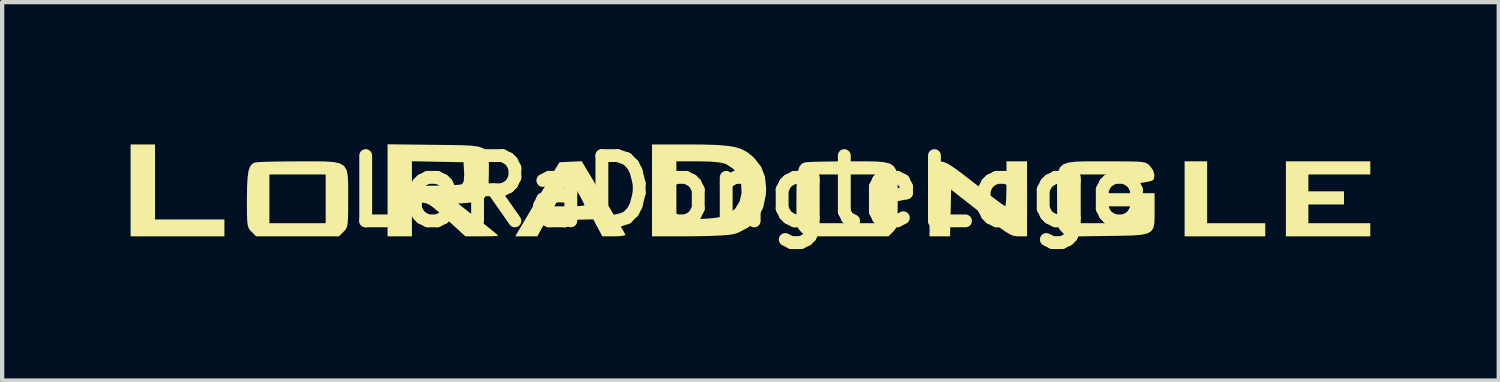
<source format=kicad_pcb>
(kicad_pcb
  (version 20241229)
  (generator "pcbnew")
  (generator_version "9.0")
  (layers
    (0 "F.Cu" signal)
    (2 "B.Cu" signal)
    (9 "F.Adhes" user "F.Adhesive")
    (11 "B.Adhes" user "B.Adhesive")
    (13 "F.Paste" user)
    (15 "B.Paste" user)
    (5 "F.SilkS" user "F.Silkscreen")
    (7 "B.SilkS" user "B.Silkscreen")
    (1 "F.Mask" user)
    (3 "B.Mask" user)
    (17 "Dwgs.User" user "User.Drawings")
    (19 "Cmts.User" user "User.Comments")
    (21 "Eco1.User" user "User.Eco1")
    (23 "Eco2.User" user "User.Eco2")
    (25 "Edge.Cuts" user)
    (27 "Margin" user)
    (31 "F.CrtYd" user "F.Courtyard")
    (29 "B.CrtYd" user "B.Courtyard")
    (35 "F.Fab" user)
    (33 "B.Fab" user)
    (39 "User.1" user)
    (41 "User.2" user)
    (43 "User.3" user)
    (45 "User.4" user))
  (footprint "LoRaDongleLogo"
    (layer "F.Cu")
    (at 14.452 1.418)
    (property "Reference" "LoRaDongleLogo" (at 0 0 0) (layer "F.SilkS") (effects (font (size 1.524 1.524) (thickness 0.3))))
    (attr board_only exclude_from_pos_files exclude_from_bom)
    (fp_poly (pts (xy -13.882 0.657) (xy -12.262 0.657) (xy -12.262 1.051) (xy -14.452 1.051) (xy -14.452 -1.095) (xy -13.882 -1.095)) (stroke (width 0) (type solid)) (fill yes) (layer "F.SilkS"))
    (fp_poly (pts (xy 10.686 0.744) (xy 12.043 0.744) (xy 12.043 1.051) (xy 10.16 1.051) (xy 10.16 -0.701) (xy 10.686 -0.701)) (stroke (width 0) (type solid)) (fill yes) (layer "F.SilkS"))
    (fp_poly (pts (xy 14.496 -0.394) (xy 13.05 -0.394) (xy 13.05 0) (xy 13.882 0) (xy 13.882 0.307) (xy 13.05 0.307) (xy 13.05 0.744) (xy 14.496 0.744) (xy 14.496 1.051) (xy 12.525 1.051) (xy 12.525 -0.701) (xy 14.496 -0.701)) (stroke (width 0) (type solid)) (fill yes) (layer "F.SilkS"))
    (fp_poly (pts (xy 4.473 -0.698) (xy 4.541 -0.684) (xy 4.617 -0.651) (xy 4.713 -0.594) (xy 4.841 -0.505) (xy 5.013 -0.376) (xy 5.24 -0.2) (xy 5.272 -0.175) (xy 5.481 -0.013) (xy 5.666 0.129) (xy 5.817 0.242) (xy 5.923 0.318) (xy 5.971 0.35) (xy 5.973 0.35) (xy 5.983 0.309) (xy 5.992 0.198) (xy 5.997 0.032) (xy 6 -0.17) (xy 6 -0.175) (xy 6 -0.701) (xy 6.481 -0.701) (xy 6.481 1.051) (xy 6.288 1.051) (xy 6.218 1.048) (xy 6.151 1.034) (xy 6.076 1.001) (xy 5.98 0.944) (xy 5.853 0.855) (xy 5.683 0.726) (xy 5.459 0.551) (xy 5.401 0.505) (xy 4.708 -0.04) (xy 4.696 0.505) (xy 4.683 1.051) (xy 4.204 1.051) (xy 4.204 -0.701) (xy 4.401 -0.701)) (stroke (width 0) (type solid)) (fill yes) (layer "F.SilkS"))
    (fp_poly (pts (xy -3.416 0.136) (xy -3.269 0.381) (xy -3.138 0.601) (xy -3.03 0.785) (xy -2.949 0.922) (xy -2.905 1) (xy -2.898 1.014) (xy -2.93 1.033) (xy -3.027 1.046) (xy -3.16 1.051) (xy -3.438 1.051) (xy -3.648 0.654) (xy -4.75 0.679) (xy -4.955 1.051) (xy -5.471 1.051) (xy -5.114 0.449) (xy -5.056 0.35) (xy -4.556 0.35) (xy -4.205 0.35) (xy -4.042 0.347) (xy -3.919 0.34) (xy -3.857 0.328) (xy -3.854 0.325) (xy -3.874 0.27) (xy -3.926 0.169) (xy -3.997 0.042) (xy -4.073 -0.085) (xy -4.141 -0.192) (xy -4.187 -0.254) (xy -4.197 -0.262) (xy -4.23 -0.226) (xy -4.291 -0.131) (xy -4.37 0.005) (xy -4.391 0.045) (xy -4.556 0.35) (xy -5.056 0.35) (xy -4.978 0.218) (xy -4.842 -0.009) (xy -4.721 -0.212) (xy -4.626 -0.369) (xy -4.598 -0.416) (xy -4.438 -0.679) (xy -4.179 -0.691) (xy -3.919 -0.704)) (stroke (width 0) (type solid)) (fill yes) (layer "F.SilkS"))
    (fp_poly (pts (xy -9.904 -0.698) (xy -9.703 -0.683) (xy -9.56 -0.65) (xy -9.465 -0.59) (xy -9.408 -0.497) (xy -9.381 -0.362) (xy -9.372 -0.178) (xy -9.371 0.062) (xy -9.372 0.175) (xy -9.372 0.429) (xy -9.375 0.611) (xy -9.383 0.736) (xy -9.398 0.819) (xy -9.421 0.875) (xy -9.456 0.919) (xy -9.479 0.944) (xy -9.587 1.051) (xy -11.522 1.051) (xy -11.629 0.944) (xy -11.671 0.898) (xy -11.7 0.849) (xy -11.719 0.78) (xy -11.723 0.744) (xy -11.211 0.744) (xy -9.897 0.744) (xy -9.897 -0.394) (xy -11.211 -0.394) (xy -11.211 0.744) (xy -11.723 0.744) (xy -11.73 0.677) (xy -11.735 0.524) (xy -11.736 0.304) (xy -11.737 0.201) (xy -11.733 -0.097) (xy -11.721 -0.32) (xy -11.699 -0.478) (xy -11.662 -0.582) (xy -11.61 -0.644) (xy -11.545 -0.674) (xy -11.475 -0.682) (xy -11.331 -0.689) (xy -11.129 -0.694) (xy -10.883 -0.698) (xy -10.606 -0.7) (xy -10.519 -0.7) (xy -10.173 -0.701)) (stroke (width 0) (type solid)) (fill yes) (layer "F.SilkS"))
    (fp_poly (pts (xy -1.039 -1.092) (xy -0.743 -1.082) (xy -0.51 -1.062) (xy -0.326 -1.03) (xy -0.179 -0.983) (xy -0.057 -0.917) (xy 0.053 -0.831) (xy 0.116 -0.772) (xy 0.272 -0.572) (xy 0.361 -0.343) (xy 0.389 -0.069) (xy 0.382 0.075) (xy 0.32 0.377) (xy 0.189 0.631) (xy -0.006 0.828) (xy -0.258 0.964) (xy -0.394 1.004) (xy -0.5 1.018) (xy -0.677 1.031) (xy -0.904 1.041) (xy -1.166 1.047) (xy -1.434 1.05) (xy -2.277 1.051) (xy -2.277 0.669) (xy -1.708 0.669) (xy -1.193 0.648) (xy -0.946 0.634) (xy -0.766 0.615) (xy -0.633 0.587) (xy -0.524 0.547) (xy -0.497 0.533) (xy -0.335 0.406) (xy -0.231 0.234) (xy -0.185 0.036) (xy -0.196 -0.17) (xy -0.262 -0.365) (xy -0.382 -0.528) (xy -0.553 -0.64) (xy -0.69 -0.673) (xy -0.908 -0.694) (xy -1.201 -0.701) (xy -1.708 -0.701) (xy -1.708 0.669) (xy -2.277 0.669) (xy -2.277 -1.095) (xy -1.409 -1.095)) (stroke (width 0) (type solid)) (fill yes) (layer "F.SilkS"))
    (fp_poly (pts (xy 2.928 -0.698) (xy 3.129 -0.683) (xy 3.272 -0.65) (xy 3.367 -0.59) (xy 3.423 -0.497) (xy 3.451 -0.362) (xy 3.46 -0.178) (xy 3.46 0.062) (xy 3.46 0.175) (xy 3.459 0.429) (xy 3.456 0.611) (xy 3.448 0.736) (xy 3.434 0.819) (xy 3.41 0.875) (xy 3.376 0.919) (xy 3.352 0.944) (xy 3.245 1.051) (xy 1.31 1.051) (xy 1.202 0.944) (xy 1.16 0.898) (xy 1.131 0.849) (xy 1.112 0.78) (xy 1.108 0.744) (xy 1.62 0.744) (xy 2.934 0.744) (xy 2.934 -0.394) (xy 1.62 -0.394) (xy 1.62 0.744) (xy 1.108 0.744) (xy 1.101 0.677) (xy 1.096 0.524) (xy 1.095 0.304) (xy 1.095 0.201) (xy 1.098 -0.097) (xy 1.11 -0.32) (xy 1.133 -0.478) (xy 1.169 -0.582) (xy 1.221 -0.644) (xy 1.286 -0.674) (xy 1.357 -0.682) (xy 1.5 -0.689) (xy 1.702 -0.694) (xy 1.949 -0.698) (xy 2.225 -0.7) (xy 2.312 -0.7) (xy 2.659 -0.701)) (stroke (width 0) (type solid)) (fill yes) (layer "F.SilkS"))
    (fp_poly (pts (xy -7.353 -1.086) (xy -6.987 -1.082) (xy -6.699 -1.077) (xy -6.48 -1.065) (xy -6.32 -1.042) (xy -6.211 -1.002) (xy -6.142 -0.941) (xy -6.104 -0.854) (xy -6.089 -0.736) (xy -6.086 -0.581) (xy -6.087 -0.411) (xy -6.093 -0.159) (xy -6.119 0.02) (xy -6.175 0.139) (xy -6.272 0.211) (xy -6.422 0.252) (xy -6.633 0.273) (xy -6.807 0.285) (xy -6.338 0.652) (xy -6.167 0.787) (xy -6.023 0.902) (xy -5.92 0.987) (xy -5.871 1.031) (xy -5.868 1.035) (xy -5.909 1.042) (xy -6.017 1.048) (xy -6.173 1.05) (xy -6.251 1.051) (xy -6.635 1.051) (xy -7.066 0.657) (xy -7.243 0.496) (xy -7.372 0.387) (xy -7.467 0.318) (xy -7.543 0.281) (xy -7.616 0.266) (xy -7.69 0.263) (xy -7.883 0.263) (xy -7.883 1.051) (xy -8.452 1.051) (xy -8.452 -0.703) (xy -7.883 -0.703) (xy -7.883 -0.131) (xy -7.324 -0.132) (xy -7.108 -0.135) (xy -6.922 -0.143) (xy -6.783 -0.154) (xy -6.712 -0.168) (xy -6.709 -0.169) (xy -6.672 -0.24) (xy -6.663 -0.39) (xy -6.665 -0.442) (xy -6.678 -0.679) (xy -7.281 -0.691) (xy -7.883 -0.703) (xy -8.452 -0.703) (xy -8.452 -1.099)) (stroke (width 0) (type solid)) (fill yes) (layer "F.SilkS"))
    (fp_poly (pts (xy 8.188 -0.701) (xy 8.321 -0.701) (xy 8.627 -0.7) (xy 8.859 -0.699) (xy 9.027 -0.695) (xy 9.145 -0.687) (xy 9.224 -0.674) (xy 9.277 -0.654) (xy 9.316 -0.627) (xy 9.352 -0.593) (xy 9.427 -0.486) (xy 9.457 -0.373) (xy 9.44 -0.283) (xy 9.399 -0.249) (xy 9.321 -0.229) (xy 9.195 -0.205) (xy 9.136 -0.196) (xy 9.014 -0.18) (xy 8.954 -0.188) (xy 8.935 -0.23) (xy 8.934 -0.28) (xy 8.934 -0.394) (xy 7.708 -0.394) (xy 7.708 0.744) (xy 8.934 0.744) (xy 8.934 0.35) (xy 8.277 0.35) (xy 8.277 0.044) (xy 9.459 0.044) (xy 9.459 0.433) (xy 9.459 0.615) (xy 9.452 0.755) (xy 9.428 0.86) (xy 9.376 0.934) (xy 9.288 0.983) (xy 9.153 1.013) (xy 8.96 1.03) (xy 8.701 1.037) (xy 8.365 1.042) (xy 8.347 1.042) (xy 7.402 1.056) (xy 7.292 0.946) (xy 7.25 0.901) (xy 7.22 0.853) (xy 7.201 0.787) (xy 7.189 0.689) (xy 7.184 0.542) (xy 7.182 0.331) (xy 7.182 0.175) (xy 7.181 -0.09) (xy 7.186 -0.296) (xy 7.205 -0.45) (xy 7.249 -0.559) (xy 7.328 -0.631) (xy 7.452 -0.673) (xy 7.63 -0.694) (xy 7.872 -0.701)) (stroke (width 0) (type solid)) (fill yes) (layer "F.SilkS")))
  (gr_rect
    (start -3 -3)
    (end 31.947 5.836)
    (stroke (width 0.1) (type default))
    (fill no)
    (layer "Edge.Cuts")))
</source>
